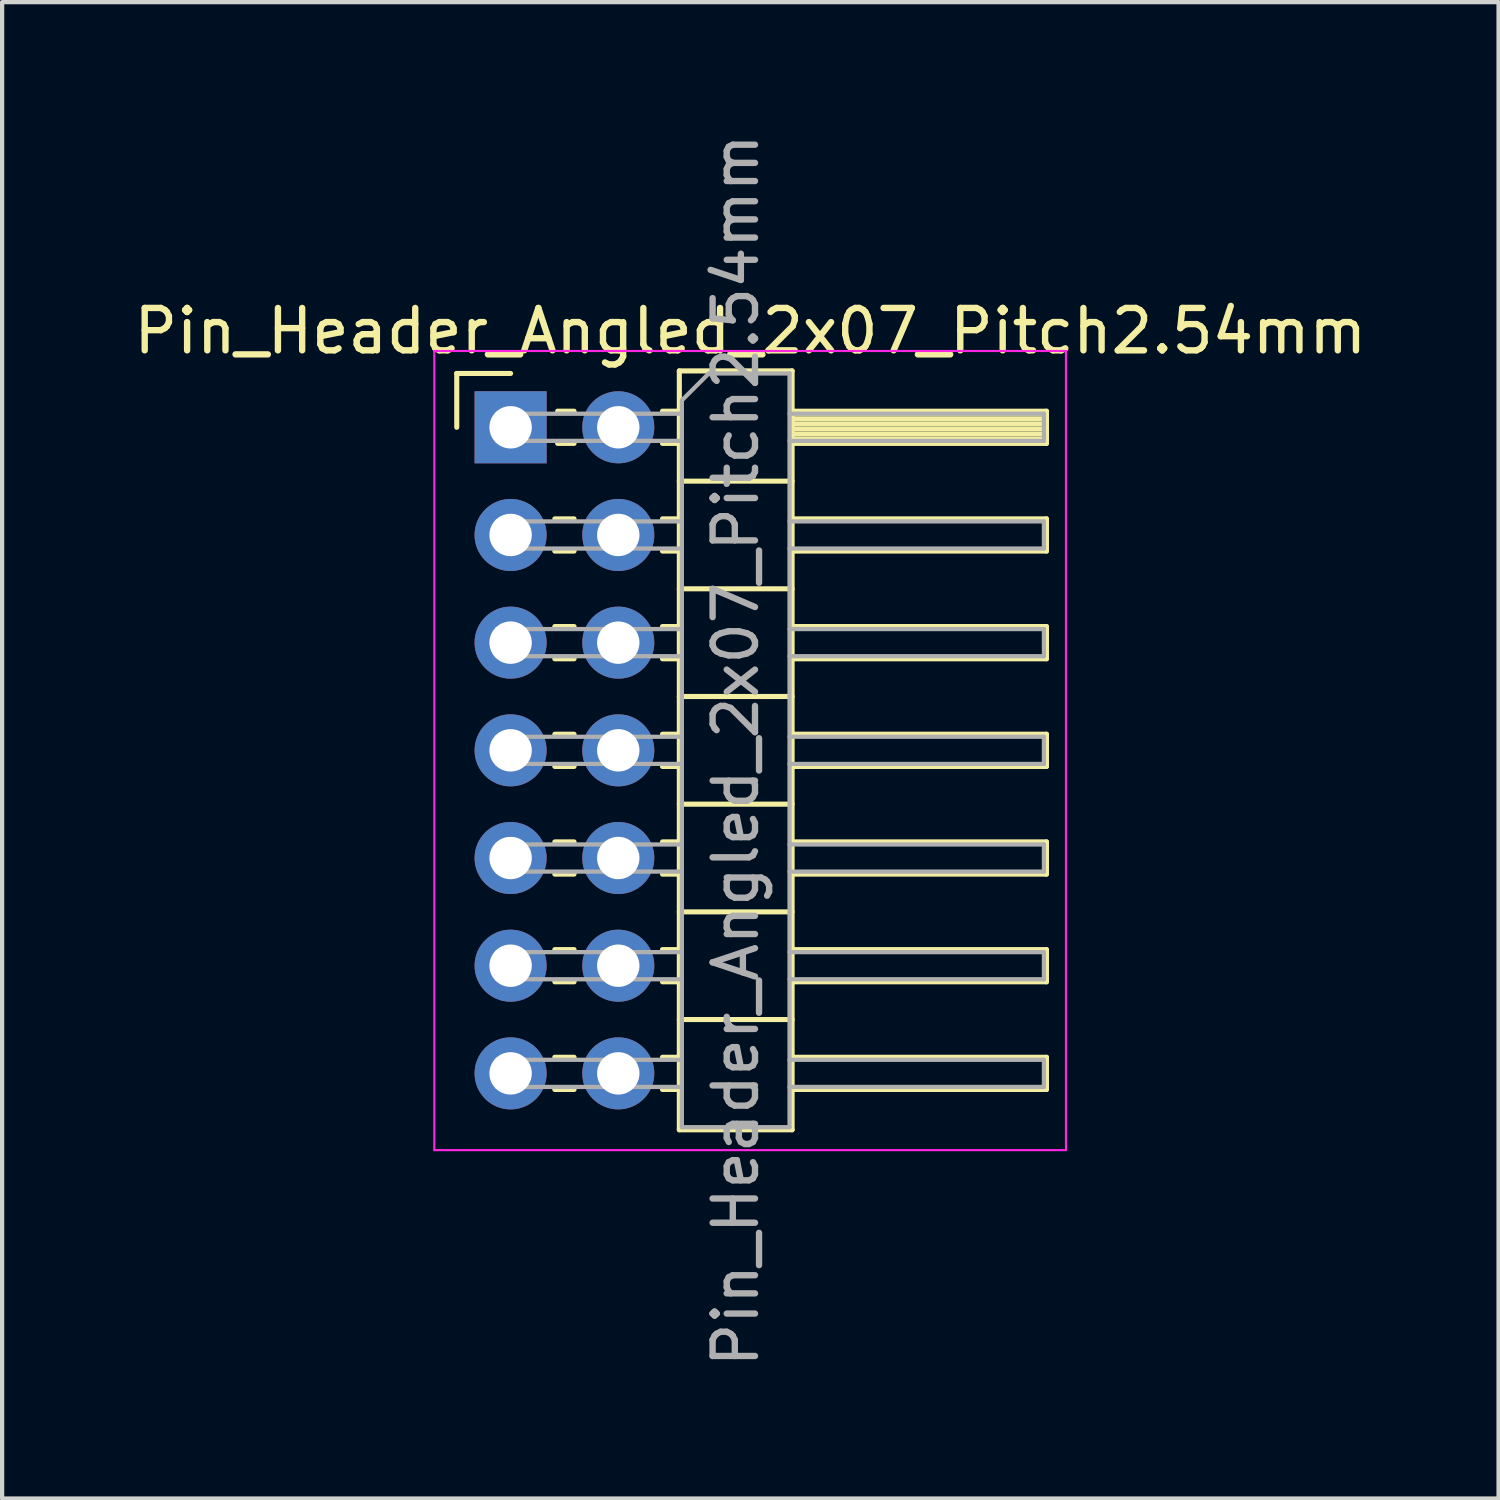
<source format=kicad_pcb>
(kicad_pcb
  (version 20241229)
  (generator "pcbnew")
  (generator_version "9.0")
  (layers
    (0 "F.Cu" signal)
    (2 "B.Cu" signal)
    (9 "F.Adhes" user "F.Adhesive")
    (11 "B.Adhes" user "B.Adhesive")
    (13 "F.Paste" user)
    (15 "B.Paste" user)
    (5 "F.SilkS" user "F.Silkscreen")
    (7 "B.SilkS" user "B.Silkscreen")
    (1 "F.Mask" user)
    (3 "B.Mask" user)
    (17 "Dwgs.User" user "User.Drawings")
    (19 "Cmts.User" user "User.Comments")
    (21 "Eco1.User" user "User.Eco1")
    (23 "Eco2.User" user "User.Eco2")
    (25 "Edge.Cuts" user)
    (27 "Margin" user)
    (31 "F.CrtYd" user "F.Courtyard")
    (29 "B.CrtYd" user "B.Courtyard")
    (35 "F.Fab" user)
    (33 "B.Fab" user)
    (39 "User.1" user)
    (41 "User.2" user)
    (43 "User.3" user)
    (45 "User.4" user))
  (footprint "Pin_Header_Angled_2x07_Pitch2.54mm"
    (layer "F.Cu")
    (at 8.994 7.029)
    (property "Reference" "Pin_Header_Angled_2x07_Pitch2.54mm" (at 5.655 -2.27 0) (layer "F.SilkS") (effects (font (size 1 1) (thickness 0.15))))
    (attr through_hole)
    (fp_line (start -1.27 -1.27) (end 0 -1.27) (stroke (width 0.12) (type solid)) (layer "F.SilkS"))
    (fp_line (start -1.27 0) (end -1.27 -1.27) (stroke (width 0.12) (type solid)) (layer "F.SilkS"))
    (fp_line (start 1.043 2.16) (end 1.497 2.16) (stroke (width 0.12) (type solid)) (layer "F.SilkS"))
    (fp_line (start 1.043 2.92) (end 1.497 2.92) (stroke (width 0.12) (type solid)) (layer "F.SilkS"))
    (fp_line (start 1.043 4.7) (end 1.497 4.7) (stroke (width 0.12) (type solid)) (layer "F.SilkS"))
    (fp_line (start 1.043 5.46) (end 1.497 5.46) (stroke (width 0.12) (type solid)) (layer "F.SilkS"))
    (fp_line (start 1.043 7.24) (end 1.497 7.24) (stroke (width 0.12) (type solid)) (layer "F.SilkS"))
    (fp_line (start 1.043 8) (end 1.497 8) (stroke (width 0.12) (type solid)) (layer "F.SilkS"))
    (fp_line (start 1.043 9.78) (end 1.497 9.78) (stroke (width 0.12) (type solid)) (layer "F.SilkS"))
    (fp_line (start 1.043 10.54) (end 1.497 10.54) (stroke (width 0.12) (type solid)) (layer "F.SilkS"))
    (fp_line (start 1.043 12.32) (end 1.497 12.32) (stroke (width 0.12) (type solid)) (layer "F.SilkS"))
    (fp_line (start 1.043 13.08) (end 1.497 13.08) (stroke (width 0.12) (type solid)) (layer "F.SilkS"))
    (fp_line (start 1.043 14.86) (end 1.497 14.86) (stroke (width 0.12) (type solid)) (layer "F.SilkS"))
    (fp_line (start 1.043 15.62) (end 1.497 15.62) (stroke (width 0.12) (type solid)) (layer "F.SilkS"))
    (fp_line (start 1.11 -0.38) (end 1.497 -0.38) (stroke (width 0.12) (type solid)) (layer "F.SilkS"))
    (fp_line (start 1.11 0.38) (end 1.497 0.38) (stroke (width 0.12) (type solid)) (layer "F.SilkS"))
    (fp_line (start 3.583 -0.38) (end 3.98 -0.38) (stroke (width 0.12) (type solid)) (layer "F.SilkS"))
    (fp_line (start 3.583 0.38) (end 3.98 0.38) (stroke (width 0.12) (type solid)) (layer "F.SilkS"))
    (fp_line (start 3.583 2.16) (end 3.98 2.16) (stroke (width 0.12) (type solid)) (layer "F.SilkS"))
    (fp_line (start 3.583 2.92) (end 3.98 2.92) (stroke (width 0.12) (type solid)) (layer "F.SilkS"))
    (fp_line (start 3.583 4.7) (end 3.98 4.7) (stroke (width 0.12) (type solid)) (layer "F.SilkS"))
    (fp_line (start 3.583 5.46) (end 3.98 5.46) (stroke (width 0.12) (type solid)) (layer "F.SilkS"))
    (fp_line (start 3.583 7.24) (end 3.98 7.24) (stroke (width 0.12) (type solid)) (layer "F.SilkS"))
    (fp_line (start 3.583 8) (end 3.98 8) (stroke (width 0.12) (type solid)) (layer "F.SilkS"))
    (fp_line (start 3.583 9.78) (end 3.98 9.78) (stroke (width 0.12) (type solid)) (layer "F.SilkS"))
    (fp_line (start 3.583 10.54) (end 3.98 10.54) (stroke (width 0.12) (type solid)) (layer "F.SilkS"))
    (fp_line (start 3.583 12.32) (end 3.98 12.32) (stroke (width 0.12) (type solid)) (layer "F.SilkS"))
    (fp_line (start 3.583 13.08) (end 3.98 13.08) (stroke (width 0.12) (type solid)) (layer "F.SilkS"))
    (fp_line (start 3.583 14.86) (end 3.98 14.86) (stroke (width 0.12) (type solid)) (layer "F.SilkS"))
    (fp_line (start 3.583 15.62) (end 3.98 15.62) (stroke (width 0.12) (type solid)) (layer "F.SilkS"))
    (fp_line (start 3.98 -1.33) (end 3.98 16.57) (stroke (width 0.12) (type solid)) (layer "F.SilkS"))
    (fp_line (start 3.98 1.27) (end 6.64 1.27) (stroke (width 0.12) (type solid)) (layer "F.SilkS"))
    (fp_line (start 3.98 3.81) (end 6.64 3.81) (stroke (width 0.12) (type solid)) (layer "F.SilkS"))
    (fp_line (start 3.98 6.35) (end 6.64 6.35) (stroke (width 0.12) (type solid)) (layer "F.SilkS"))
    (fp_line (start 3.98 8.89) (end 6.64 8.89) (stroke (width 0.12) (type solid)) (layer "F.SilkS"))
    (fp_line (start 3.98 11.43) (end 6.64 11.43) (stroke (width 0.12) (type solid)) (layer "F.SilkS"))
    (fp_line (start 3.98 13.97) (end 6.64 13.97) (stroke (width 0.12) (type solid)) (layer "F.SilkS"))
    (fp_line (start 3.98 16.57) (end 6.64 16.57) (stroke (width 0.12) (type solid)) (layer "F.SilkS"))
    (fp_line (start 6.64 -1.33) (end 3.98 -1.33) (stroke (width 0.12) (type solid)) (layer "F.SilkS"))
    (fp_line (start 6.64 -0.38) (end 12.64 -0.38) (stroke (width 0.12) (type solid)) (layer "F.SilkS"))
    (fp_line (start 6.64 -0.32) (end 12.64 -0.32) (stroke (width 0.12) (type solid)) (layer "F.SilkS"))
    (fp_line (start 6.64 -0.2) (end 12.64 -0.2) (stroke (width 0.12) (type solid)) (layer "F.SilkS"))
    (fp_line (start 6.64 -0.08) (end 12.64 -0.08) (stroke (width 0.12) (type solid)) (layer "F.SilkS"))
    (fp_line (start 6.64 0.04) (end 12.64 0.04) (stroke (width 0.12) (type solid)) (layer "F.SilkS"))
    (fp_line (start 6.64 0.16) (end 12.64 0.16) (stroke (width 0.12) (type solid)) (layer "F.SilkS"))
    (fp_line (start 6.64 0.28) (end 12.64 0.28) (stroke (width 0.12) (type solid)) (layer "F.SilkS"))
    (fp_line (start 6.64 2.16) (end 12.64 2.16) (stroke (width 0.12) (type solid)) (layer "F.SilkS"))
    (fp_line (start 6.64 4.7) (end 12.64 4.7) (stroke (width 0.12) (type solid)) (layer "F.SilkS"))
    (fp_line (start 6.64 7.24) (end 12.64 7.24) (stroke (width 0.12) (type solid)) (layer "F.SilkS"))
    (fp_line (start 6.64 9.78) (end 12.64 9.78) (stroke (width 0.12) (type solid)) (layer "F.SilkS"))
    (fp_line (start 6.64 12.32) (end 12.64 12.32) (stroke (width 0.12) (type solid)) (layer "F.SilkS"))
    (fp_line (start 6.64 14.86) (end 12.64 14.86) (stroke (width 0.12) (type solid)) (layer "F.SilkS"))
    (fp_line (start 6.64 16.57) (end 6.64 -1.33) (stroke (width 0.12) (type solid)) (layer "F.SilkS"))
    (fp_line (start 12.64 -0.38) (end 12.64 0.38) (stroke (width 0.12) (type solid)) (layer "F.SilkS"))
    (fp_line (start 12.64 0.38) (end 6.64 0.38) (stroke (width 0.12) (type solid)) (layer "F.SilkS"))
    (fp_line (start 12.64 2.16) (end 12.64 2.92) (stroke (width 0.12) (type solid)) (layer "F.SilkS"))
    (fp_line (start 12.64 2.92) (end 6.64 2.92) (stroke (width 0.12) (type solid)) (layer "F.SilkS"))
    (fp_line (start 12.64 4.7) (end 12.64 5.46) (stroke (width 0.12) (type solid)) (layer "F.SilkS"))
    (fp_line (start 12.64 5.46) (end 6.64 5.46) (stroke (width 0.12) (type solid)) (layer "F.SilkS"))
    (fp_line (start 12.64 7.24) (end 12.64 8) (stroke (width 0.12) (type solid)) (layer "F.SilkS"))
    (fp_line (start 12.64 8) (end 6.64 8) (stroke (width 0.12) (type solid)) (layer "F.SilkS"))
    (fp_line (start 12.64 9.78) (end 12.64 10.54) (stroke (width 0.12) (type solid)) (layer "F.SilkS"))
    (fp_line (start 12.64 10.54) (end 6.64 10.54) (stroke (width 0.12) (type solid)) (layer "F.SilkS"))
    (fp_line (start 12.64 12.32) (end 12.64 13.08) (stroke (width 0.12) (type solid)) (layer "F.SilkS"))
    (fp_line (start 12.64 13.08) (end 6.64 13.08) (stroke (width 0.12) (type solid)) (layer "F.SilkS"))
    (fp_line (start 12.64 14.86) (end 12.64 15.62) (stroke (width 0.12) (type solid)) (layer "F.SilkS"))
    (fp_line (start 12.64 15.62) (end 6.64 15.62) (stroke (width 0.12) (type solid)) (layer "F.SilkS"))
    (fp_line (start -1.8 -1.8) (end -1.8 17.05) (stroke (width 0.05) (type solid)) (layer "F.CrtYd"))
    (fp_line (start -1.8 17.05) (end 13.1 17.05) (stroke (width 0.05) (type solid)) (layer "F.CrtYd"))
    (fp_line (start 13.1 -1.8) (end -1.8 -1.8) (stroke (width 0.05) (type solid)) (layer "F.CrtYd"))
    (fp_line (start 13.1 17.05) (end 13.1 -1.8) (stroke (width 0.05) (type solid)) (layer "F.CrtYd"))
    (fp_line (start -0.32 -0.32) (end -0.32 0.32) (stroke (width 0.1) (type solid)) (layer "F.Fab"))
    (fp_line (start -0.32 -0.32) (end 4.04 -0.32) (stroke (width 0.1) (type solid)) (layer "F.Fab"))
    (fp_line (start -0.32 0.32) (end 4.04 0.32) (stroke (width 0.1) (type solid)) (layer "F.Fab"))
    (fp_line (start -0.32 2.22) (end -0.32 2.86) (stroke (width 0.1) (type solid)) (layer "F.Fab"))
    (fp_line (start -0.32 2.22) (end 4.04 2.22) (stroke (width 0.1) (type solid)) (layer "F.Fab"))
    (fp_line (start -0.32 2.86) (end 4.04 2.86) (stroke (width 0.1) (type solid)) (layer "F.Fab"))
    (fp_line (start -0.32 4.76) (end -0.32 5.4) (stroke (width 0.1) (type solid)) (layer "F.Fab"))
    (fp_line (start -0.32 4.76) (end 4.04 4.76) (stroke (width 0.1) (type solid)) (layer "F.Fab"))
    (fp_line (start -0.32 5.4) (end 4.04 5.4) (stroke (width 0.1) (type solid)) (layer "F.Fab"))
    (fp_line (start -0.32 7.3) (end -0.32 7.94) (stroke (width 0.1) (type solid)) (layer "F.Fab"))
    (fp_line (start -0.32 7.3) (end 4.04 7.3) (stroke (width 0.1) (type solid)) (layer "F.Fab"))
    (fp_line (start -0.32 7.94) (end 4.04 7.94) (stroke (width 0.1) (type solid)) (layer "F.Fab"))
    (fp_line (start -0.32 9.84) (end -0.32 10.48) (stroke (width 0.1) (type solid)) (layer "F.Fab"))
    (fp_line (start -0.32 9.84) (end 4.04 9.84) (stroke (width 0.1) (type solid)) (layer "F.Fab"))
    (fp_line (start -0.32 10.48) (end 4.04 10.48) (stroke (width 0.1) (type solid)) (layer "F.Fab"))
    (fp_line (start -0.32 12.38) (end -0.32 13.02) (stroke (width 0.1) (type solid)) (layer "F.Fab"))
    (fp_line (start -0.32 12.38) (end 4.04 12.38) (stroke (width 0.1) (type solid)) (layer "F.Fab"))
    (fp_line (start -0.32 13.02) (end 4.04 13.02) (stroke (width 0.1) (type solid)) (layer "F.Fab"))
    (fp_line (start -0.32 14.92) (end -0.32 15.56) (stroke (width 0.1) (type solid)) (layer "F.Fab"))
    (fp_line (start -0.32 14.92) (end 4.04 14.92) (stroke (width 0.1) (type solid)) (layer "F.Fab"))
    (fp_line (start -0.32 15.56) (end 4.04 15.56) (stroke (width 0.1) (type solid)) (layer "F.Fab"))
    (fp_line (start 4.04 -0.635) (end 4.675 -1.27) (stroke (width 0.1) (type solid)) (layer "F.Fab"))
    (fp_line (start 4.04 16.51) (end 4.04 -0.635) (stroke (width 0.1) (type solid)) (layer "F.Fab"))
    (fp_line (start 4.675 -1.27) (end 6.58 -1.27) (stroke (width 0.1) (type solid)) (layer "F.Fab"))
    (fp_line (start 6.58 -1.27) (end 6.58 16.51) (stroke (width 0.1) (type solid)) (layer "F.Fab"))
    (fp_line (start 6.58 -0.32) (end 12.58 -0.32) (stroke (width 0.1) (type solid)) (layer "F.Fab"))
    (fp_line (start 6.58 0.32) (end 12.58 0.32) (stroke (width 0.1) (type solid)) (layer "F.Fab"))
    (fp_line (start 6.58 2.22) (end 12.58 2.22) (stroke (width 0.1) (type solid)) (layer "F.Fab"))
    (fp_line (start 6.58 2.86) (end 12.58 2.86) (stroke (width 0.1) (type solid)) (layer "F.Fab"))
    (fp_line (start 6.58 4.76) (end 12.58 4.76) (stroke (width 0.1) (type solid)) (layer "F.Fab"))
    (fp_line (start 6.58 5.4) (end 12.58 5.4) (stroke (width 0.1) (type solid)) (layer "F.Fab"))
    (fp_line (start 6.58 7.3) (end 12.58 7.3) (stroke (width 0.1) (type solid)) (layer "F.Fab"))
    (fp_line (start 6.58 7.94) (end 12.58 7.94) (stroke (width 0.1) (type solid)) (layer "F.Fab"))
    (fp_line (start 6.58 9.84) (end 12.58 9.84) (stroke (width 0.1) (type solid)) (layer "F.Fab"))
    (fp_line (start 6.58 10.48) (end 12.58 10.48) (stroke (width 0.1) (type solid)) (layer "F.Fab"))
    (fp_line (start 6.58 12.38) (end 12.58 12.38) (stroke (width 0.1) (type solid)) (layer "F.Fab"))
    (fp_line (start 6.58 13.02) (end 12.58 13.02) (stroke (width 0.1) (type solid)) (layer "F.Fab"))
    (fp_line (start 6.58 14.92) (end 12.58 14.92) (stroke (width 0.1) (type solid)) (layer "F.Fab"))
    (fp_line (start 6.58 15.56) (end 12.58 15.56) (stroke (width 0.1) (type solid)) (layer "F.Fab"))
    (fp_line (start 6.58 16.51) (end 4.04 16.51) (stroke (width 0.1) (type solid)) (layer "F.Fab"))
    (fp_line (start 12.58 -0.32) (end 12.58 0.32) (stroke (width 0.1) (type solid)) (layer "F.Fab"))
    (fp_line (start 12.58 2.22) (end 12.58 2.86) (stroke (width 0.1) (type solid)) (layer "F.Fab"))
    (fp_line (start 12.58 4.76) (end 12.58 5.4) (stroke (width 0.1) (type solid)) (layer "F.Fab"))
    (fp_line (start 12.58 7.3) (end 12.58 7.94) (stroke (width 0.1) (type solid)) (layer "F.Fab"))
    (fp_line (start 12.58 9.84) (end 12.58 10.48) (stroke (width 0.1) (type solid)) (layer "F.Fab"))
    (fp_line (start 12.58 12.38) (end 12.58 13.02) (stroke (width 0.1) (type solid)) (layer "F.Fab"))
    (fp_line (start 12.58 14.92) (end 12.58 15.56) (stroke (width 0.1) (type solid)) (layer "F.Fab"))
    (fp_text user "${REFERENCE}" (at 5.31 7.62 90) (layer "F.Fab") (effects (font (size 1 1) (thickness 0.15))))
    (pad "1" thru_hole rect (at 0 0) (size 1.7 1.7) (drill 1) (layers "*.Cu" "*.Mask"))
    (pad "2" thru_hole oval (at 2.54 0) (size 1.7 1.7) (drill 1) (layers "*.Cu" "*.Mask"))
    (pad "3" thru_hole oval (at 0 2.54) (size 1.7 1.7) (drill 1) (layers "*.Cu" "*.Mask"))
    (pad "4" thru_hole oval (at 2.54 2.54) (size 1.7 1.7) (drill 1) (layers "*.Cu" "*.Mask"))
    (pad "5" thru_hole oval (at 0 5.08) (size 1.7 1.7) (drill 1) (layers "*.Cu" "*.Mask"))
    (pad "6" thru_hole oval (at 2.54 5.08) (size 1.7 1.7) (drill 1) (layers "*.Cu" "*.Mask"))
    (pad "7" thru_hole oval (at 0 7.62) (size 1.7 1.7) (drill 1) (layers "*.Cu" "*.Mask"))
    (pad "8" thru_hole oval (at 2.54 7.62) (size 1.7 1.7) (drill 1) (layers "*.Cu" "*.Mask"))
    (pad "9" thru_hole oval (at 0 10.16) (size 1.7 1.7) (drill 1) (layers "*.Cu" "*.Mask"))
    (pad "10" thru_hole oval (at 2.54 10.16) (size 1.7 1.7) (drill 1) (layers "*.Cu" "*.Mask"))
    (pad "11" thru_hole oval (at 0 12.7) (size 1.7 1.7) (drill 1) (layers "*.Cu" "*.Mask"))
    (pad "12" thru_hole oval (at 2.54 12.7) (size 1.7 1.7) (drill 1) (layers "*.Cu" "*.Mask"))
    (pad "13" thru_hole oval (at 0 15.24) (size 1.7 1.7) (drill 1) (layers "*.Cu" "*.Mask"))
    (pad "14" thru_hole oval (at 2.54 15.24) (size 1.7 1.7) (drill 1) (layers "*.Cu" "*.Mask")))
  (gr_rect
    (start -3 -3)
    (end 32.298 32.298)
    (stroke (width 0.1) (type default))
    (fill no)
    (layer "Edge.Cuts")))
</source>
